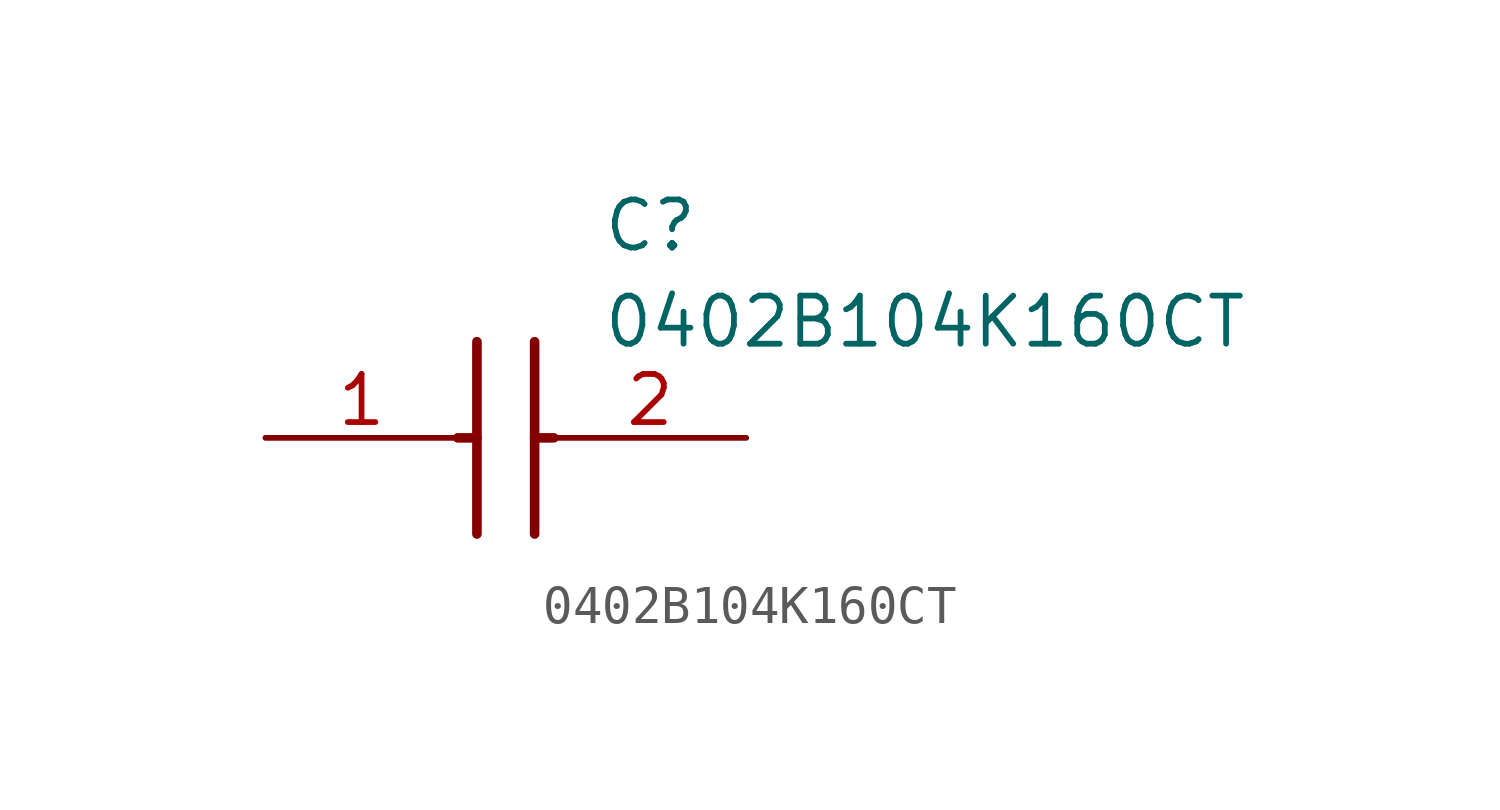
<source format=kicad_sym>
(kicad_symbol_lib
  (version 20211014)
  (generator SamacSys_ECAD_Model)
  (symbol "0402B104K160CT"
    (pin_names hide)
    (property "Reference" "C"
      (at 8.89 6.35 0)
      (effects (font (size 1.27 1.27)) (justify left top)))
    (property "Value" "0402B104K160CT"
      (at 8.89 3.81 0)
      (effects (font (size 1.27 1.27)) (justify left top)))
    (polyline
      (pts (xy 5.588 2.54) (xy 5.588 -2.54))
      (stroke (width 0.254) (type default))
      (fill (type none)))
    (polyline
      (pts (xy 7.112 2.54) (xy 7.112 -2.54))
      (stroke (width 0.254) (type default))
      (fill (type none)))
    (polyline
      (pts (xy 5.08 0) (xy 5.588 0))
      (stroke (width 0.254) (type default))
      (fill (type none)))
    (polyline
      (pts (xy 7.112 0) (xy 7.62 0))
      (stroke (width 0.254) (type default))
      (fill (type none)))
    (pin passive line
      (at 0 0 0)
      (length 5.08)
      (name "1" (effects (font (size 1.27 1.27))))
      (number "1" (effects (font (size 1.27 1.27)))))
    (pin passive line
      (at 12.7 0 180)
      (length 5.08)
      (name "2" (effects (font (size 1.27 1.27))))
      (number "2" (effects (font (size 1.27 1.27)))))))
</source>
